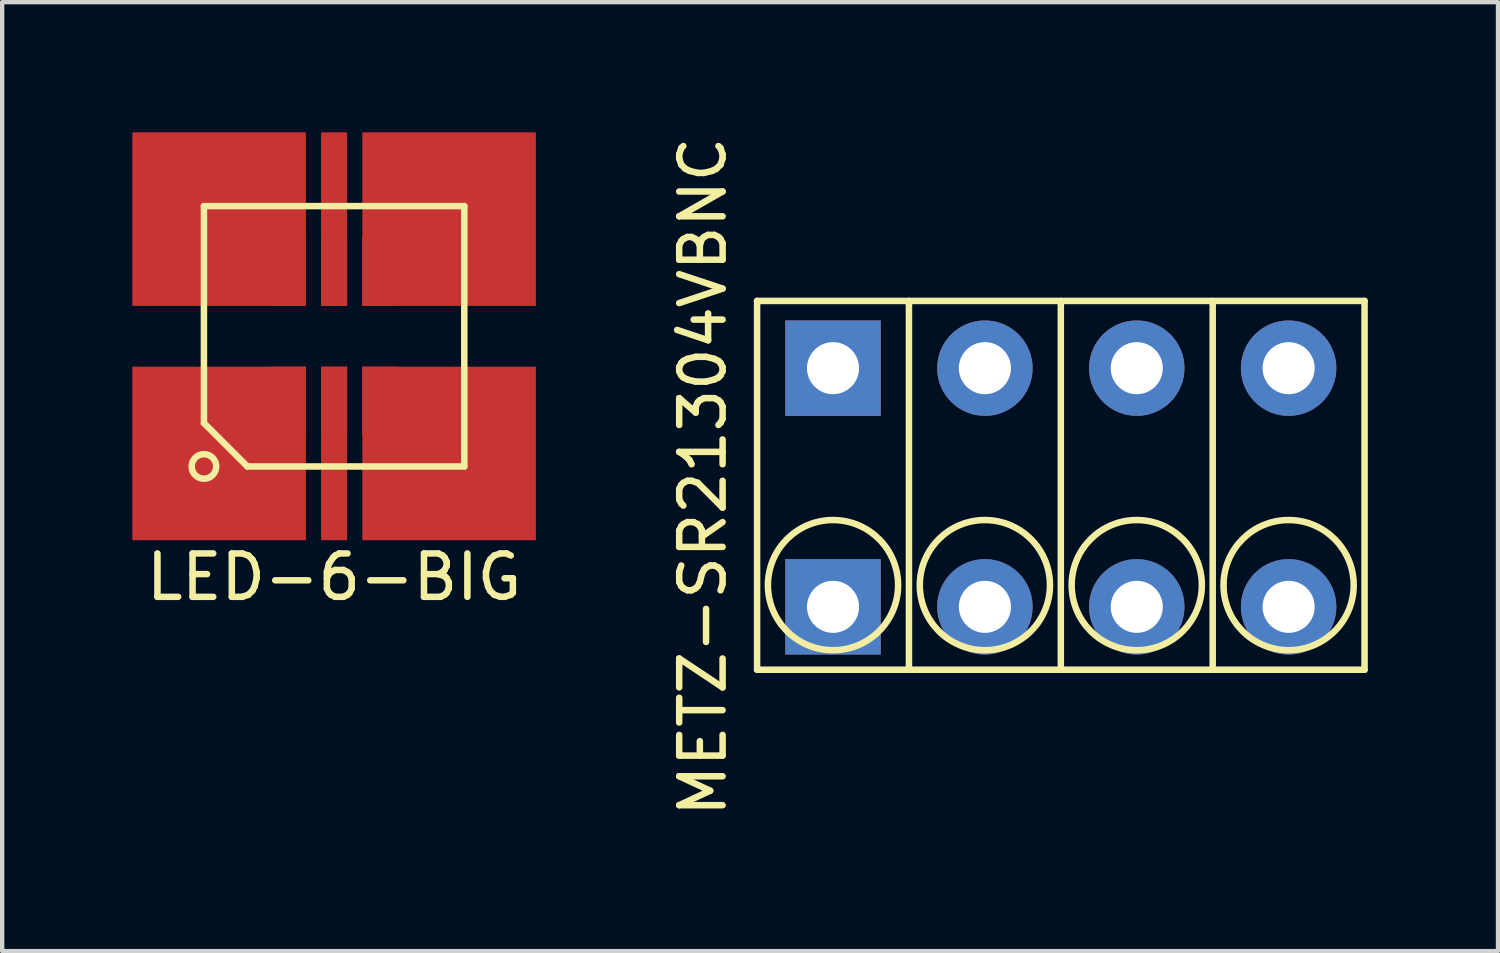
<source format=kicad_pcb>
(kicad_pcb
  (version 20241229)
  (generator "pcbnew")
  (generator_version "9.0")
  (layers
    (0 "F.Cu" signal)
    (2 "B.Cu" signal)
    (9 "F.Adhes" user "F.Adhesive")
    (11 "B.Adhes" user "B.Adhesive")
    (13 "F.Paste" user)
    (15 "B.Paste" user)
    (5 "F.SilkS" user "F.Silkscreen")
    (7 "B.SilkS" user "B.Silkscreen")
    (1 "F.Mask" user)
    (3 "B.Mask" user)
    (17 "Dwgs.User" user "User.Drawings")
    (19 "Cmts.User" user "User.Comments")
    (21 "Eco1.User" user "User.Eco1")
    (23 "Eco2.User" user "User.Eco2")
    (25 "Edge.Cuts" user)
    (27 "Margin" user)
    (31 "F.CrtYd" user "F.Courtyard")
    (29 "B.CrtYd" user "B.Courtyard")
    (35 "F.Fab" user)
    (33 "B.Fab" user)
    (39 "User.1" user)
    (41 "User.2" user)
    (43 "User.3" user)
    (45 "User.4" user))
  (footprint "METZ-SR21304VBNC"
    (layer "F.Cu")
    (at 16.148 10.935)
    (property "Reference" "METZ-SR21304VBNC" (at -3 -3 90) (layer "F.SilkS") (effects (font (size 1 1) (thickness 0.15))))
    (attr through_hole)
    (fp_line (start -1.75 -7.05) (end -1.75 1.45) (stroke (width 0.15) (type solid)) (layer "F.SilkS"))
    (fp_line (start -1.75 1.45) (end 12.25 1.45) (stroke (width 0.15) (type solid)) (layer "F.SilkS"))
    (fp_line (start 1.75 1.45) (end 1.75 -7.05) (stroke (width 0.15) (type solid)) (layer "F.SilkS"))
    (fp_line (start 5.25 1.45) (end 5.25 -7.05) (stroke (width 0.15) (type solid)) (layer "F.SilkS"))
    (fp_line (start 8.75 1.45) (end 8.75 -7.05) (stroke (width 0.15) (type solid)) (layer "F.SilkS"))
    (fp_line (start 12.25 -7.05) (end -1.75 -7.05) (stroke (width 0.15) (type solid)) (layer "F.SilkS"))
    (fp_line (start 12.25 1.45) (end 12.25 -7.05) (stroke (width 0.15) (type solid)) (layer "F.SilkS"))
    (fp_circle (center 0 -0.5) (end 1.5 -0.5) (stroke (width 0.15) (type solid)) (fill no) (layer "F.SilkS"))
    (fp_circle (center 3.5 -0.5) (end 5 -0.5) (stroke (width 0.15) (type solid)) (fill no) (layer "F.SilkS"))
    (fp_circle (center 7 -0.5) (end 8.5 -0.5) (stroke (width 0.15) (type solid)) (fill no) (layer "F.SilkS"))
    (fp_circle (center 10.5 -0.5) (end 12 -0.5) (stroke (width 0.15) (type solid)) (fill no) (layer "F.SilkS"))
    (pad "1" thru_hole rect (at 0 -5.5) (size 2.2 2.2) (drill 1.2) (layers "*.Cu" "*.Mask"))
    (pad "1" thru_hole rect (at 0 0) (size 2.2 2.2) (drill 1.2) (layers "*.Cu" "*.Mask"))
    (pad "2" thru_hole circle (at 3.5 -5.5) (size 2.2 2.2) (drill 1.2) (layers "*.Cu" "*.Mask"))
    (pad "2" thru_hole circle (at 3.5 0) (size 2.2 2.2) (drill 1.2) (layers "*.Cu" "*.Mask"))
    (pad "3" thru_hole circle (at 7 -5.5) (size 2.2 2.2) (drill 1.2) (layers "*.Cu" "*.Mask"))
    (pad "3" thru_hole circle (at 7 0) (size 2.2 2.2) (drill 1.2) (layers "*.Cu" "*.Mask"))
    (pad "4" thru_hole circle (at 10.5 -5.5) (size 2.2 2.2) (drill 1.2) (layers "*.Cu" "*.Mask"))
    (pad "4" thru_hole circle (at 10.5 0) (size 2.2 2.2) (drill 1.2) (layers "*.Cu" "*.Mask")))
  (footprint "LED-6-BIG"
    (layer "F.Cu")
    (at 4.65 4.7)
    (property "Reference" "LED-6-BIG" (at 0 5.55 0) (layer "F.SilkS") (effects (font (size 1 1) (thickness 0.15))))
    (attr through_hole)
    (fp_line (start -3 -3) (end -3 2) (stroke (width 0.15) (type solid)) (layer "F.SilkS"))
    (fp_line (start -3 2) (end -2 3) (stroke (width 0.15) (type solid)) (layer "F.SilkS"))
    (fp_line (start -2 3) (end 3 3) (stroke (width 0.15) (type solid)) (layer "F.SilkS"))
    (fp_line (start 3 -3) (end -3 -3) (stroke (width 0.15) (type solid)) (layer "F.SilkS"))
    (fp_line (start 3 3) (end 3 -3) (stroke (width 0.15) (type solid)) (layer "F.SilkS"))
    (fp_circle (center -3 3) (end -2.8 3.2) (stroke (width 0.15) (type solid)) (fill no) (layer "F.SilkS"))
    (pad "1" smd rect (at -2.65 2.7) (size 4 4) (layers "F.Cu"))
    (pad "1" smd rect (at -1.05 1.5) (size 0.8 1.6) (layers "F.Cu" "F.Mask" "F.Paste"))
    (pad "2" smd rect (at 0 1.5) (size 0.6 1.6) (layers "F.Cu" "F.Mask" "F.Paste"))
    (pad "2" smd rect (at 0 2.7) (size 0.6 4) (layers "F.Cu"))
    (pad "3" smd rect (at 1.05 1.5) (size 0.8 1.6) (layers "F.Cu" "F.Mask" "F.Paste"))
    (pad "3" smd rect (at 2.65 2.7) (size 4 4) (layers "F.Cu"))
    (pad "4" smd rect (at 1.05 -1.5) (size 0.8 1.6) (layers "F.Cu" "F.Mask" "F.Paste"))
    (pad "4" smd rect (at 2.65 -2.7) (size 4 4) (layers "F.Cu"))
    (pad "5" smd rect (at 0 -2.7) (size 0.6 4) (layers "F.Cu"))
    (pad "5" smd rect (at 0 -1.5) (size 0.6 1.6) (layers "F.Cu" "F.Mask" "F.Paste"))
    (pad "6" smd rect (at -2.65 -2.7) (size 4 4) (layers "F.Cu"))
    (pad "6" smd rect (at -1.05 -1.5) (size 0.8 1.6) (layers "F.Cu" "F.Mask" "F.Paste")))
  (gr_rect
    (start -3 -3)
    (end 31.473 18.869)
    (stroke (width 0.1) (type default))
    (fill no)
    (layer "Edge.Cuts")))
</source>
